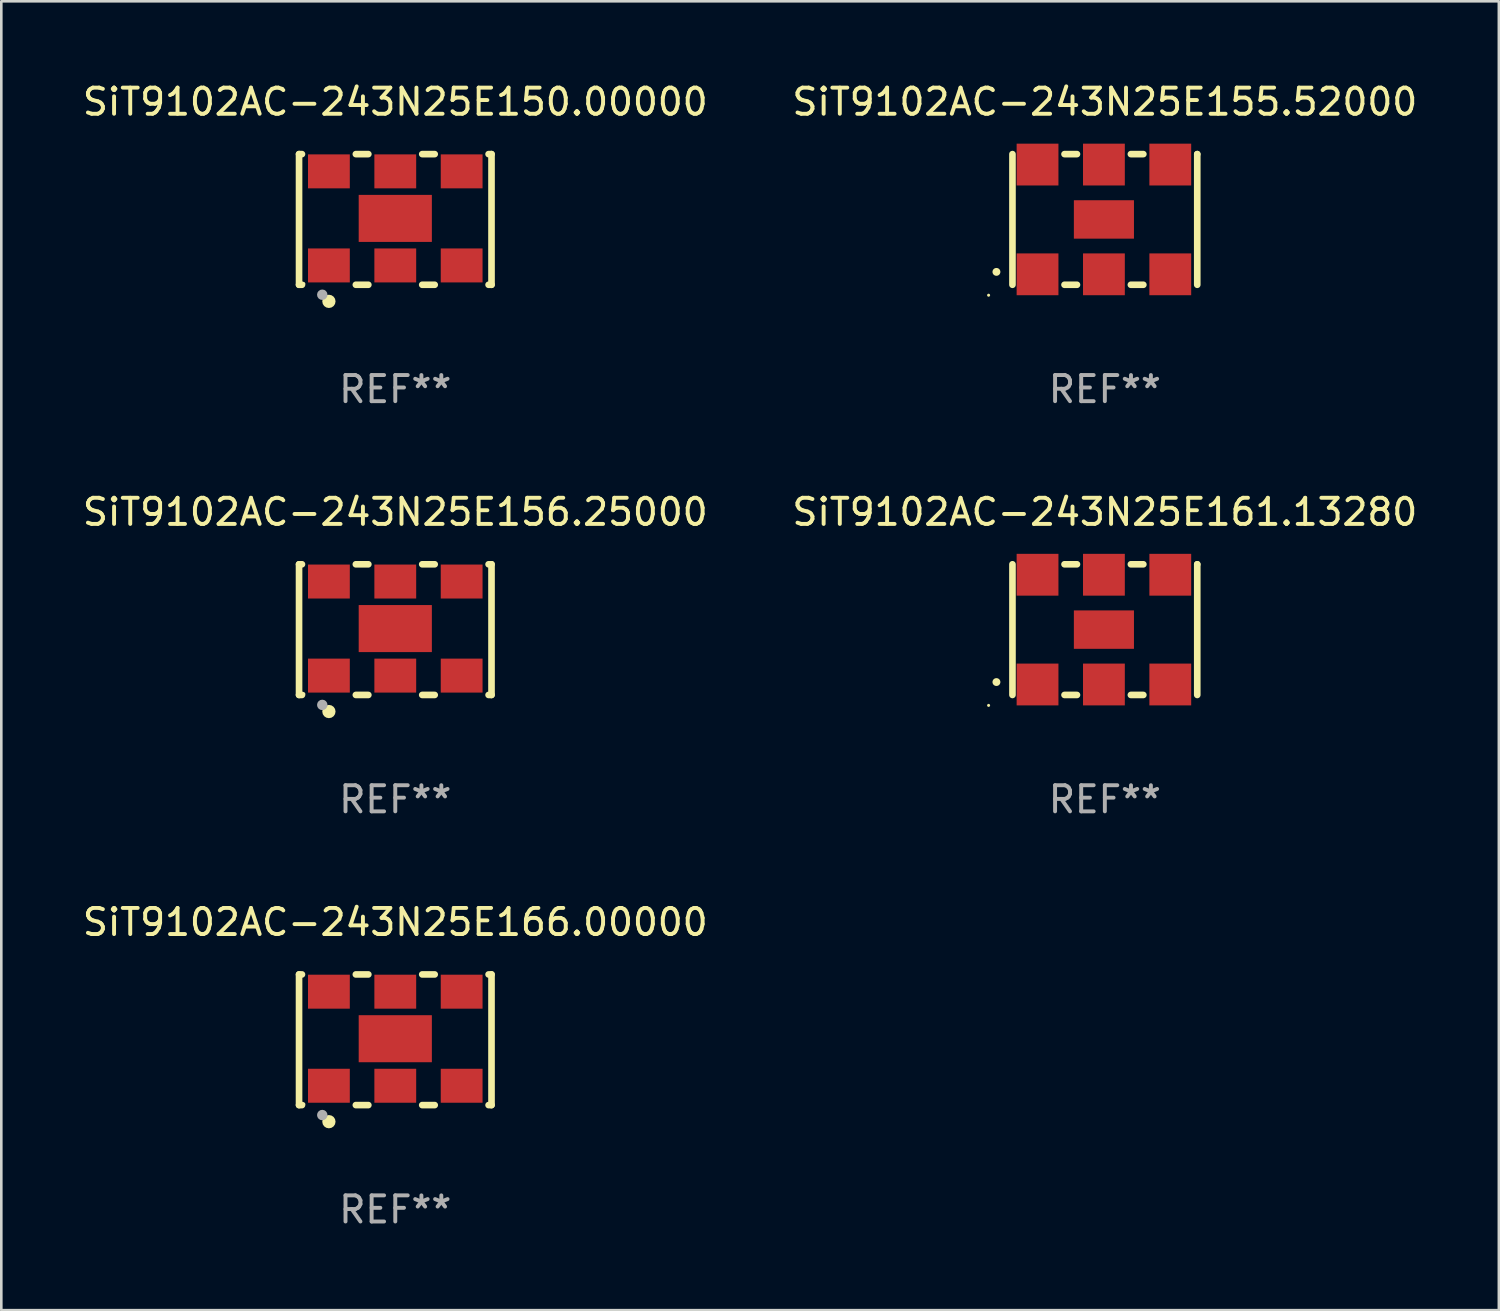
<source format=kicad_pcb>
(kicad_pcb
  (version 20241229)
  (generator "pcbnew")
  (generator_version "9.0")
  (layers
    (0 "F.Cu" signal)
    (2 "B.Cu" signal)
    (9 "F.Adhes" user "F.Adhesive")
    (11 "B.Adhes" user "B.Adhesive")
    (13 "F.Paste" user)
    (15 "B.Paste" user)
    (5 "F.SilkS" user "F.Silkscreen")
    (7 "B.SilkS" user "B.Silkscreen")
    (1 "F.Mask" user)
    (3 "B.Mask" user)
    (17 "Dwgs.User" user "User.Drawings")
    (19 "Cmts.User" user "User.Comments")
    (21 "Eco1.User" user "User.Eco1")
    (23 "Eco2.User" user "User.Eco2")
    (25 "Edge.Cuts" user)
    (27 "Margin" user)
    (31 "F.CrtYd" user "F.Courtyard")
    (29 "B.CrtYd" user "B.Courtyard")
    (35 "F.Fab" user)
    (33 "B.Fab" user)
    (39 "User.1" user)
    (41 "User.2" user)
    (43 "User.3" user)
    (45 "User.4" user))
  (footprint "SiT9102AC-243N25E166.00000"
    (layer "F.Cu")
    (at 12.077 36.741)
    (property "Reference" "SiT9102AC-243N25E166.00000" (at 0 -4.5 0) (layer "F.SilkS") (effects (font (size 1 1) (thickness 0.15))))
    (attr through_hole)
    (fp_line (start -3.683 -2.5) (end -3.571 -2.5) (stroke (width 0.254) (type solid)) (layer "F.SilkS"))
    (fp_line (start -3.683 2.5) (end -3.683 -2.5) (stroke (width 0.254) (type solid)) (layer "F.SilkS"))
    (fp_line (start -3.683 2.5) (end -3.571 2.5) (stroke (width 0.254) (type solid)) (layer "F.SilkS"))
    (fp_line (start -1.509 -2.5) (end -1.031 -2.5) (stroke (width 0.254) (type solid)) (layer "F.SilkS"))
    (fp_line (start -1.509 2.5) (end -1.031 2.5) (stroke (width 0.254) (type solid)) (layer "F.SilkS"))
    (fp_line (start 1.031 -2.5) (end 1.509 -2.5) (stroke (width 0.254) (type solid)) (layer "F.SilkS"))
    (fp_line (start 1.031 2.5) (end 1.509 2.5) (stroke (width 0.254) (type solid)) (layer "F.SilkS"))
    (fp_line (start 3.571 -2.5) (end 3.683 -2.5) (stroke (width 0.254) (type solid)) (layer "F.SilkS"))
    (fp_line (start 3.571 2.5) (end 3.683 2.5) (stroke (width 0.254) (type solid)) (layer "F.SilkS"))
    (fp_line (start 3.683 2.5) (end 3.683 -2.5) (stroke (width 0.254) (type solid)) (layer "F.SilkS"))
    (fp_circle (center -3.5 2.46) (end -3.47 2.46) (stroke (width 0.06) (type solid)) (fill no) (layer "F.SilkS"))
    (fp_circle (center -2.54 3.135) (end -2.413 3.135) (stroke (width 0.254) (type solid)) (fill no) (layer "F.SilkS"))
    (fp_circle (center -2.794 2.881) (end -2.694 2.881) (stroke (width 0.2) (type solid)) (fill no) (layer "F.Fab"))
    (fp_text user "REF**" (at 0 6.5 0) (layer "F.Fab") (effects (font (size 1 1) (thickness 0.15))))
    (pad "1" smd rect (at -2.54 1.76) (size 1.6 1.3) (layers "F.Cu" "F.Mask" "F.Paste"))
    (pad "2" smd rect (at 0 1.76) (size 1.6 1.3) (layers "F.Cu" "F.Mask" "F.Paste"))
    (pad "3" smd rect (at 2.54 1.76) (size 1.6 1.3) (layers "F.Cu" "F.Mask" "F.Paste"))
    (pad "4" smd rect (at 2.54 -1.84) (size 1.6 1.3) (layers "F.Cu" "F.Mask" "F.Paste"))
    (pad "5" smd rect (at 0 -1.84) (size 1.6 1.3) (layers "F.Cu" "F.Mask" "F.Paste"))
    (pad "6" smd rect (at -2.54 -1.84) (size 1.6 1.3) (layers "F.Cu" "F.Mask" "F.Paste"))
    (pad "7" smd rect (at 0 -0.04) (size 2.8 1.8) (layers "F.Cu" "F.Mask" "F.Paste")))
  (footprint "SiT9102AC-243N25E155.52000"
    (layer "F.Cu")
    (at 39.232 5.348)
    (property "Reference" "SiT9102AC-243N25E155.52000" (at 0 -4.5 0) (layer "F.SilkS") (effects (font (size 1 1) (thickness 0.15))))
    (attr through_hole)
    (fp_line (start -3.536 -2.5) (end -3.536 2.5) (stroke (width 0.254) (type solid)) (layer "F.SilkS"))
    (fp_line (start -1.544 2.5) (end -1.067 2.5) (stroke (width 0.254) (type solid)) (layer "F.SilkS"))
    (fp_line (start -1.067 -2.5) (end -1.544 -2.5) (stroke (width 0.254) (type solid)) (layer "F.SilkS"))
    (fp_line (start 0.996 2.5) (end 1.473 2.5) (stroke (width 0.254) (type solid)) (layer "F.SilkS"))
    (fp_line (start 1.473 -2.5) (end 0.996 -2.5) (stroke (width 0.254) (type solid)) (layer "F.SilkS"))
    (fp_line (start 3.536 -2.5) (end 3.536 -2.5) (stroke (width 0.254) (type solid)) (layer "F.SilkS"))
    (fp_line (start 3.536 2.5) (end 3.536 -2.5) (stroke (width 0.254) (type solid)) (layer "F.SilkS"))
    (fp_arc (start -4.150432 2.006604) (mid -4.149162 2.006599) (end -4.147892 2.006604) (stroke (width 0.3) (type solid)) (layer "F.SilkS"))
    (fp_circle (center -4.449 2.9) (end -4.419 2.9) (stroke (width 0.06) (type solid)) (fill no) (layer "F.SilkS"))
    (fp_text user "REF**" (at 0 6.5 0) (layer "F.Fab") (effects (font (size 1 1) (thickness 0.15))))
    (pad "1" smd rect (at -2.576 2.1) (size 1.6 1.6) (layers "F.Cu" "F.Mask" "F.Paste"))
    (pad "2" smd rect (at -0.036 2.1) (size 1.6 1.6) (layers "F.Cu" "F.Mask" "F.Paste"))
    (pad "3" smd rect (at 2.504 2.1) (size 1.6 1.6) (layers "F.Cu" "F.Mask" "F.Paste"))
    (pad "4" smd rect (at 2.504 -2.1) (size 1.6 1.6) (layers "F.Cu" "F.Mask" "F.Paste"))
    (pad "5" smd rect (at -0.036 -2.1) (size 1.6 1.6) (layers "F.Cu" "F.Mask" "F.Paste"))
    (pad "6" smd rect (at -2.576 -2.1) (size 1.6 1.6) (layers "F.Cu" "F.Mask" "F.Paste"))
    (pad "7" smd rect (at -0.036 0) (size 2.3 1.47) (layers "F.Cu" "F.Mask" "F.Paste")))
  (footprint "SiT9102AC-243N25E156.25000"
    (layer "F.Cu")
    (at 12.077 21.045)
    (property "Reference" "SiT9102AC-243N25E156.25000" (at 0 -4.5 0) (layer "F.SilkS") (effects (font (size 1 1) (thickness 0.15))))
    (attr through_hole)
    (fp_line (start -3.683 -2.5) (end -3.571 -2.5) (stroke (width 0.254) (type solid)) (layer "F.SilkS"))
    (fp_line (start -3.683 2.5) (end -3.683 -2.5) (stroke (width 0.254) (type solid)) (layer "F.SilkS"))
    (fp_line (start -3.683 2.5) (end -3.571 2.5) (stroke (width 0.254) (type solid)) (layer "F.SilkS"))
    (fp_line (start -1.509 -2.5) (end -1.031 -2.5) (stroke (width 0.254) (type solid)) (layer "F.SilkS"))
    (fp_line (start -1.509 2.5) (end -1.031 2.5) (stroke (width 0.254) (type solid)) (layer "F.SilkS"))
    (fp_line (start 1.031 -2.5) (end 1.509 -2.5) (stroke (width 0.254) (type solid)) (layer "F.SilkS"))
    (fp_line (start 1.031 2.5) (end 1.509 2.5) (stroke (width 0.254) (type solid)) (layer "F.SilkS"))
    (fp_line (start 3.571 -2.5) (end 3.683 -2.5) (stroke (width 0.254) (type solid)) (layer "F.SilkS"))
    (fp_line (start 3.571 2.5) (end 3.683 2.5) (stroke (width 0.254) (type solid)) (layer "F.SilkS"))
    (fp_line (start 3.683 2.5) (end 3.683 -2.5) (stroke (width 0.254) (type solid)) (layer "F.SilkS"))
    (fp_circle (center -3.5 2.46) (end -3.47 2.46) (stroke (width 0.06) (type solid)) (fill no) (layer "F.SilkS"))
    (fp_circle (center -2.54 3.135) (end -2.413 3.135) (stroke (width 0.254) (type solid)) (fill no) (layer "F.SilkS"))
    (fp_circle (center -2.794 2.881) (end -2.694 2.881) (stroke (width 0.2) (type solid)) (fill no) (layer "F.Fab"))
    (fp_text user "REF**" (at 0 6.5 0) (layer "F.Fab") (effects (font (size 1 1) (thickness 0.15))))
    (pad "1" smd rect (at -2.54 1.76) (size 1.6 1.3) (layers "F.Cu" "F.Mask" "F.Paste"))
    (pad "2" smd rect (at 0 1.76) (size 1.6 1.3) (layers "F.Cu" "F.Mask" "F.Paste"))
    (pad "3" smd rect (at 2.54 1.76) (size 1.6 1.3) (layers "F.Cu" "F.Mask" "F.Paste"))
    (pad "4" smd rect (at 2.54 -1.84) (size 1.6 1.3) (layers "F.Cu" "F.Mask" "F.Paste"))
    (pad "5" smd rect (at 0 -1.84) (size 1.6 1.3) (layers "F.Cu" "F.Mask" "F.Paste"))
    (pad "6" smd rect (at -2.54 -1.84) (size 1.6 1.3) (layers "F.Cu" "F.Mask" "F.Paste"))
    (pad "7" smd rect (at 0 -0.04) (size 2.8 1.8) (layers "F.Cu" "F.Mask" "F.Paste")))
  (footprint "SiT9102AC-243N25E161.13280"
    (layer "F.Cu")
    (at 39.232 21.045)
    (property "Reference" "SiT9102AC-243N25E161.13280" (at 0 -4.5 0) (layer "F.SilkS") (effects (font (size 1 1) (thickness 0.15))))
    (attr through_hole)
    (fp_line (start -3.536 -2.5) (end -3.536 2.5) (stroke (width 0.254) (type solid)) (layer "F.SilkS"))
    (fp_line (start -1.544 2.5) (end -1.067 2.5) (stroke (width 0.254) (type solid)) (layer "F.SilkS"))
    (fp_line (start -1.067 -2.5) (end -1.544 -2.5) (stroke (width 0.254) (type solid)) (layer "F.SilkS"))
    (fp_line (start 0.996 2.5) (end 1.473 2.5) (stroke (width 0.254) (type solid)) (layer "F.SilkS"))
    (fp_line (start 1.473 -2.5) (end 0.996 -2.5) (stroke (width 0.254) (type solid)) (layer "F.SilkS"))
    (fp_line (start 3.536 -2.5) (end 3.536 -2.5) (stroke (width 0.254) (type solid)) (layer "F.SilkS"))
    (fp_line (start 3.536 2.5) (end 3.536 -2.5) (stroke (width 0.254) (type solid)) (layer "F.SilkS"))
    (fp_arc (start -4.150432 2.006604) (mid -4.149162 2.006599) (end -4.147892 2.006604) (stroke (width 0.3) (type solid)) (layer "F.SilkS"))
    (fp_circle (center -4.449 2.9) (end -4.419 2.9) (stroke (width 0.06) (type solid)) (fill no) (layer "F.SilkS"))
    (fp_text user "REF**" (at 0 6.5 0) (layer "F.Fab") (effects (font (size 1 1) (thickness 0.15))))
    (pad "1" smd rect (at -2.576 2.1) (size 1.6 1.6) (layers "F.Cu" "F.Mask" "F.Paste"))
    (pad "2" smd rect (at -0.036 2.1) (size 1.6 1.6) (layers "F.Cu" "F.Mask" "F.Paste"))
    (pad "3" smd rect (at 2.504 2.1) (size 1.6 1.6) (layers "F.Cu" "F.Mask" "F.Paste"))
    (pad "4" smd rect (at 2.504 -2.1) (size 1.6 1.6) (layers "F.Cu" "F.Mask" "F.Paste"))
    (pad "5" smd rect (at -0.036 -2.1) (size 1.6 1.6) (layers "F.Cu" "F.Mask" "F.Paste"))
    (pad "6" smd rect (at -2.576 -2.1) (size 1.6 1.6) (layers "F.Cu" "F.Mask" "F.Paste"))
    (pad "7" smd rect (at -0.036 0) (size 2.3 1.47) (layers "F.Cu" "F.Mask" "F.Paste")))
  (footprint "SiT9102AC-243N25E150.00000"
    (layer "F.Cu")
    (at 12.077 5.348)
    (property "Reference" "SiT9102AC-243N25E150.00000" (at 0 -4.5 0) (layer "F.SilkS") (effects (font (size 1 1) (thickness 0.15))))
    (attr through_hole)
    (fp_line (start -3.683 -2.5) (end -3.571 -2.5) (stroke (width 0.254) (type solid)) (layer "F.SilkS"))
    (fp_line (start -3.683 2.5) (end -3.683 -2.5) (stroke (width 0.254) (type solid)) (layer "F.SilkS"))
    (fp_line (start -3.683 2.5) (end -3.571 2.5) (stroke (width 0.254) (type solid)) (layer "F.SilkS"))
    (fp_line (start -1.509 -2.5) (end -1.031 -2.5) (stroke (width 0.254) (type solid)) (layer "F.SilkS"))
    (fp_line (start -1.509 2.5) (end -1.031 2.5) (stroke (width 0.254) (type solid)) (layer "F.SilkS"))
    (fp_line (start 1.031 -2.5) (end 1.509 -2.5) (stroke (width 0.254) (type solid)) (layer "F.SilkS"))
    (fp_line (start 1.031 2.5) (end 1.509 2.5) (stroke (width 0.254) (type solid)) (layer "F.SilkS"))
    (fp_line (start 3.571 -2.5) (end 3.683 -2.5) (stroke (width 0.254) (type solid)) (layer "F.SilkS"))
    (fp_line (start 3.571 2.5) (end 3.683 2.5) (stroke (width 0.254) (type solid)) (layer "F.SilkS"))
    (fp_line (start 3.683 2.5) (end 3.683 -2.5) (stroke (width 0.254) (type solid)) (layer "F.SilkS"))
    (fp_circle (center -3.5 2.46) (end -3.47 2.46) (stroke (width 0.06) (type solid)) (fill no) (layer "F.SilkS"))
    (fp_circle (center -2.54 3.135) (end -2.413 3.135) (stroke (width 0.254) (type solid)) (fill no) (layer "F.SilkS"))
    (fp_circle (center -2.794 2.881) (end -2.694 2.881) (stroke (width 0.2) (type solid)) (fill no) (layer "F.Fab"))
    (fp_text user "REF**" (at 0 6.5 0) (layer "F.Fab") (effects (font (size 1 1) (thickness 0.15))))
    (pad "1" smd rect (at -2.54 1.76) (size 1.6 1.3) (layers "F.Cu" "F.Mask" "F.Paste"))
    (pad "2" smd rect (at 0 1.76) (size 1.6 1.3) (layers "F.Cu" "F.Mask" "F.Paste"))
    (pad "3" smd rect (at 2.54 1.76) (size 1.6 1.3) (layers "F.Cu" "F.Mask" "F.Paste"))
    (pad "4" smd rect (at 2.54 -1.84) (size 1.6 1.3) (layers "F.Cu" "F.Mask" "F.Paste"))
    (pad "5" smd rect (at 0 -1.84) (size 1.6 1.3) (layers "F.Cu" "F.Mask" "F.Paste"))
    (pad "6" smd rect (at -2.54 -1.84) (size 1.6 1.3) (layers "F.Cu" "F.Mask" "F.Paste"))
    (pad "7" smd rect (at 0 -0.04) (size 2.8 1.8) (layers "F.Cu" "F.Mask" "F.Paste")))
  (gr_rect
    (start -3 -3)
    (end 54.31 47.09)
    (stroke (width 0.1) (type default))
    (fill no)
    (layer "Edge.Cuts")))
</source>
